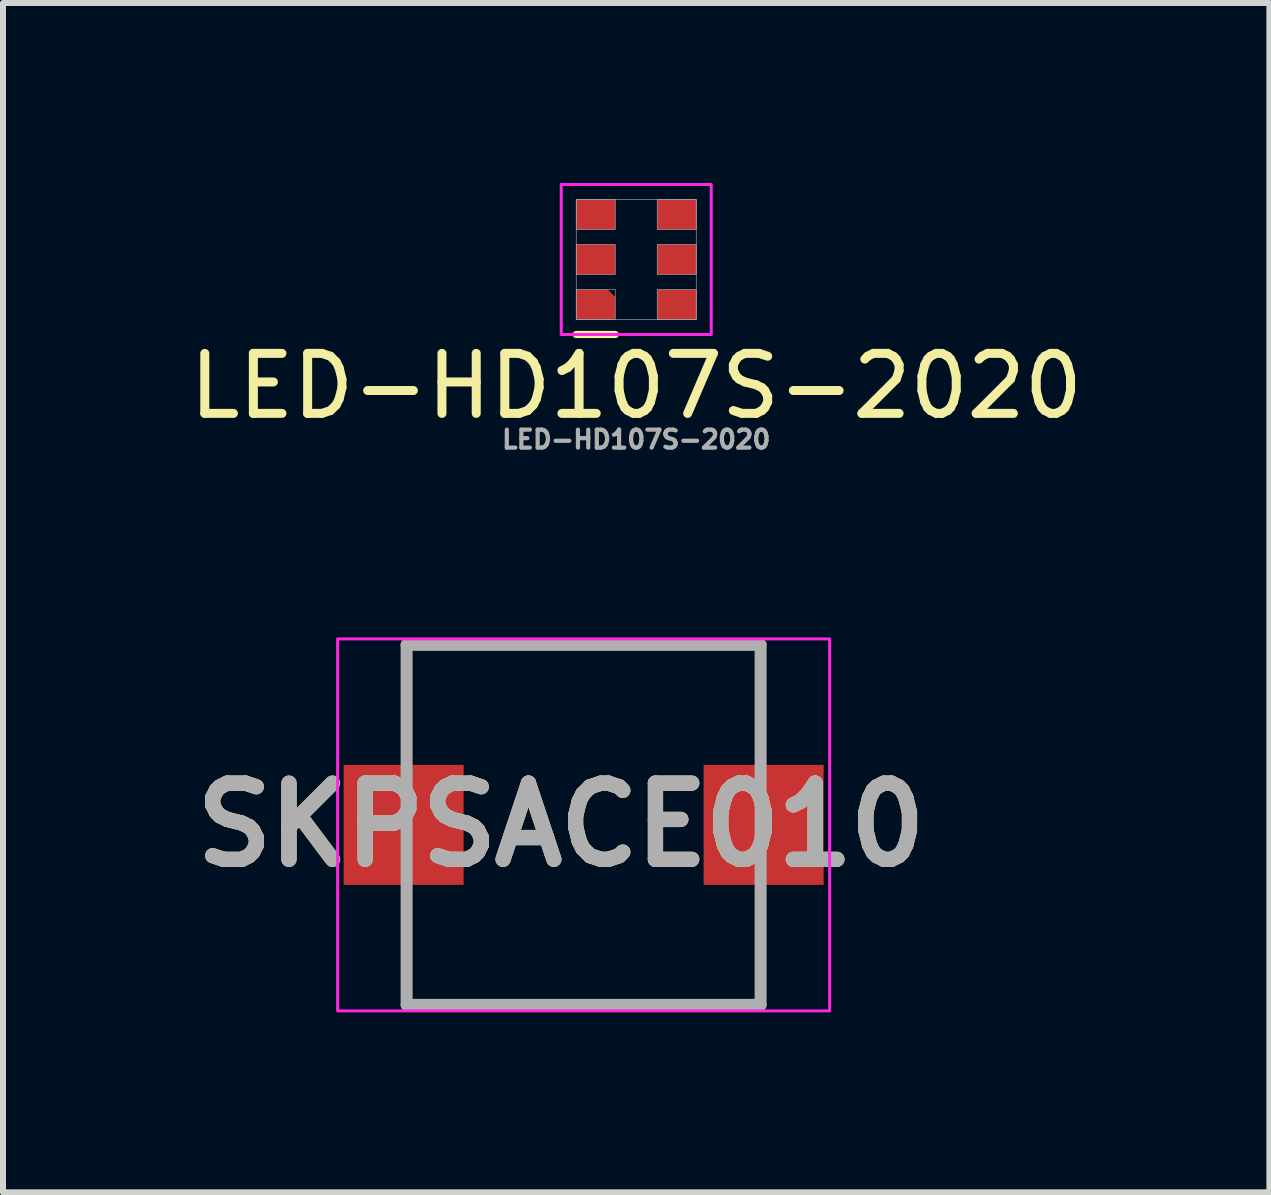
<source format=kicad_pcb>
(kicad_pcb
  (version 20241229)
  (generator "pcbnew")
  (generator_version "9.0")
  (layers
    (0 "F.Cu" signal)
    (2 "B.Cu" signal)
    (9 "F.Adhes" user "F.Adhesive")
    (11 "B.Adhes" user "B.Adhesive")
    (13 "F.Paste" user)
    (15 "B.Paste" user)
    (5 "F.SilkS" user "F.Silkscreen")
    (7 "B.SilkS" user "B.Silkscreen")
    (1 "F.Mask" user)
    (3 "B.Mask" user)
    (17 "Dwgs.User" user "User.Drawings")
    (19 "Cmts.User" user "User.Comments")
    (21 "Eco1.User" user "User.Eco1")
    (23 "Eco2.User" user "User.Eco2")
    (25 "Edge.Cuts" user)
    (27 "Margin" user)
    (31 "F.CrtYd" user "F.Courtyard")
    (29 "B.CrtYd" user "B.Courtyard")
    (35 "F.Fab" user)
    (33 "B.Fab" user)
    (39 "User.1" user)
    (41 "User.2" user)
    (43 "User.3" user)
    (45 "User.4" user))
  (footprint "SKPSACE010"
    (layer "F.Cu")
    (at 6.677 10.698)
    (property "Reference" "SKPSACE010" (at -0.375 0 0) (layer "F.SilkS") (effects (font (size 1.27 1.27) (thickness 0.254))))
    (attr smd)
    (fp_line (start -2.95 -3) (end -2.95 -3) (stroke (width 0.1) (type solid)) (layer "F.SilkS"))
    (fp_line (start -2.95 -3) (end -2.95 -3) (stroke (width 0.1) (type solid)) (layer "F.SilkS"))
    (fp_line (start -2.95 -3) (end -2.95 -1.75) (stroke (width 0.1) (type solid)) (layer "F.SilkS"))
    (fp_line (start -2.95 -3) (end 2.95 -3) (stroke (width 0.1) (type solid)) (layer "F.SilkS"))
    (fp_line (start -2.95 -1.75) (end -2.95 -3) (stroke (width 0.1) (type solid)) (layer "F.SilkS"))
    (fp_line (start -2.95 -1.75) (end -2.95 -1.75) (stroke (width 0.1) (type solid)) (layer "F.SilkS"))
    (fp_line (start -2.95 1.75) (end -2.95 1.75) (stroke (width 0.1) (type solid)) (layer "F.SilkS"))
    (fp_line (start -2.95 1.75) (end -2.95 3) (stroke (width 0.1) (type solid)) (layer "F.SilkS"))
    (fp_line (start -2.95 3) (end -2.95 1.75) (stroke (width 0.1) (type solid)) (layer "F.SilkS"))
    (fp_line (start -2.95 3) (end -2.95 3) (stroke (width 0.1) (type solid)) (layer "F.SilkS"))
    (fp_line (start -2.95 3) (end -2.95 3) (stroke (width 0.1) (type solid)) (layer "F.SilkS"))
    (fp_line (start -2.95 3) (end 2.95 3) (stroke (width 0.1) (type solid)) (layer "F.SilkS"))
    (fp_line (start 2.95 -3) (end -2.95 -3) (stroke (width 0.1) (type solid)) (layer "F.SilkS"))
    (fp_line (start 2.95 -3) (end 2.95 -3) (stroke (width 0.1) (type solid)) (layer "F.SilkS"))
    (fp_line (start 2.95 -3) (end 2.95 -3) (stroke (width 0.1) (type solid)) (layer "F.SilkS"))
    (fp_line (start 2.95 -3) (end 2.95 -1.75) (stroke (width 0.1) (type solid)) (layer "F.SilkS"))
    (fp_line (start 2.95 -1.75) (end 2.95 -3) (stroke (width 0.1) (type solid)) (layer "F.SilkS"))
    (fp_line (start 2.95 -1.75) (end 2.95 -1.75) (stroke (width 0.1) (type solid)) (layer "F.SilkS"))
    (fp_line (start 2.95 1.75) (end 2.95 1.75) (stroke (width 0.1) (type solid)) (layer "F.SilkS"))
    (fp_line (start 2.95 1.75) (end 2.95 3) (stroke (width 0.1) (type solid)) (layer "F.SilkS"))
    (fp_line (start 2.95 3) (end -2.95 3) (stroke (width 0.1) (type solid)) (layer "F.SilkS"))
    (fp_line (start 2.95 3) (end 2.95 1.75) (stroke (width 0.1) (type solid)) (layer "F.SilkS"))
    (fp_line (start 2.95 3) (end 2.95 3) (stroke (width 0.1) (type solid)) (layer "F.SilkS"))
    (fp_line (start 2.95 3) (end 2.95 3) (stroke (width 0.1) (type solid)) (layer "F.SilkS"))
    (fp_rect (start -4.1 -3.1) (end 4.1 3.1) (stroke (width 0.05) (type default)) (fill no) (layer "F.CrtYd"))
    (fp_line (start -2.95 -3) (end -2.95 3) (stroke (width 0.2) (type solid)) (layer "F.Fab"))
    (fp_line (start -2.95 3) (end 2.95 3) (stroke (width 0.2) (type solid)) (layer "F.Fab"))
    (fp_line (start 2.95 -3) (end -2.95 -3) (stroke (width 0.2) (type solid)) (layer "F.Fab"))
    (fp_line (start 2.95 3) (end 2.95 -3) (stroke (width 0.2) (type solid)) (layer "F.Fab"))
    (fp_text user "${REFERENCE}" (at -0.375 0 0) (layer "F.Fab") (effects (font (size 1.27 1.27) (thickness 0.254))))
    (pad "1" smd rect (at -3 0 90) (size 2 2) (layers "F.Cu" "F.Mask" "F.Paste"))
    (pad "2" smd rect (at 3 0 90) (size 2 2) (layers "F.Cu" "F.Mask" "F.Paste")))
  (footprint "LED-HD107S-2020"
    (layer "F.Cu")
    (at 7.554 1.275)
    (property "Reference" "LED-HD107S-2020" (at 0 2.11 0) (layer "F.SilkS") (effects (font (size 1 1) (thickness 0.15))))
    (attr smd)
    (fp_line (start -1 1.25) (end -0.35 1.25) (stroke (width 0.12) (type solid)) (layer "F.SilkS"))
    (fp_rect (start 1.25 1.25) (end -1.25 -1.25) (stroke (width 0.05) (type default)) (fill no) (layer "F.CrtYd"))
    (fp_rect (start -1 -1) (end -0.35 -0.5) (stroke (width 0.01) (type solid)) (fill no) (layer "F.Fab"))
    (fp_rect (start -1 -1) (end 1 1) (stroke (width 0.01) (type default)) (fill no) (layer "F.Fab"))
    (fp_rect (start -1 0.5) (end -0.35 1) (stroke (width 0.01) (type solid)) (fill no) (layer "F.Fab"))
    (fp_rect (start 0.35 -1) (end 1 -0.5) (stroke (width 0.01) (type solid)) (fill no) (layer "F.Fab"))
    (fp_rect (start 0.35 -0.25) (end 1 0.25) (stroke (width 0.01) (type solid)) (fill no) (layer "F.Fab"))
    (fp_rect (start 0.35 0.5) (end 1 1) (stroke (width 0.01) (type solid)) (fill no) (layer "F.Fab"))
    (fp_poly (pts (xy -0.35 0.25) (xy -1 0.25) (xy -1 -0.25) (xy -0.35 -0.25)) (stroke (width 0.01) (type solid)) (fill no) (layer "F.Fab"))
    (fp_text user "${REFERENCE}" (at 0 3 0) (layer "F.Fab") (effects (font (size 0.3 0.3) (thickness 0.07))))
    (pad "1" smd rect (at -0.675 -0.75) (size 0.65 0.5) (layers "F.Cu" "F.Mask" "F.Paste"))
    (pad "2" smd rect (at -0.675 0) (size 0.65 0.5) (layers "F.Cu" "F.Mask" "F.Paste"))
    (pad "3" smd roundrect (at -0.675 0.75) (size 0.65 0.5) (layers "F.Cu" "F.Mask" "F.Paste") (roundrect_rratio 0) (chamfer_ratio 0.25) (chamfer top_right))
    (pad "4" smd rect (at 0.675 0.75) (size 0.65 0.5) (layers "F.Cu" "F.Mask" "F.Paste"))
    (pad "5" smd rect (at 0.675 0) (size 0.65 0.5) (layers "F.Cu" "F.Mask" "F.Paste"))
    (pad "6" smd rect (at 0.675 -0.75) (size 0.65 0.5) (layers "F.Cu" "F.Mask" "F.Paste")))
  (gr_rect
    (start -3 -3)
    (end 18.107 16.823)
    (stroke (width 0.1) (type default))
    (fill no)
    (layer "Edge.Cuts")))
</source>
